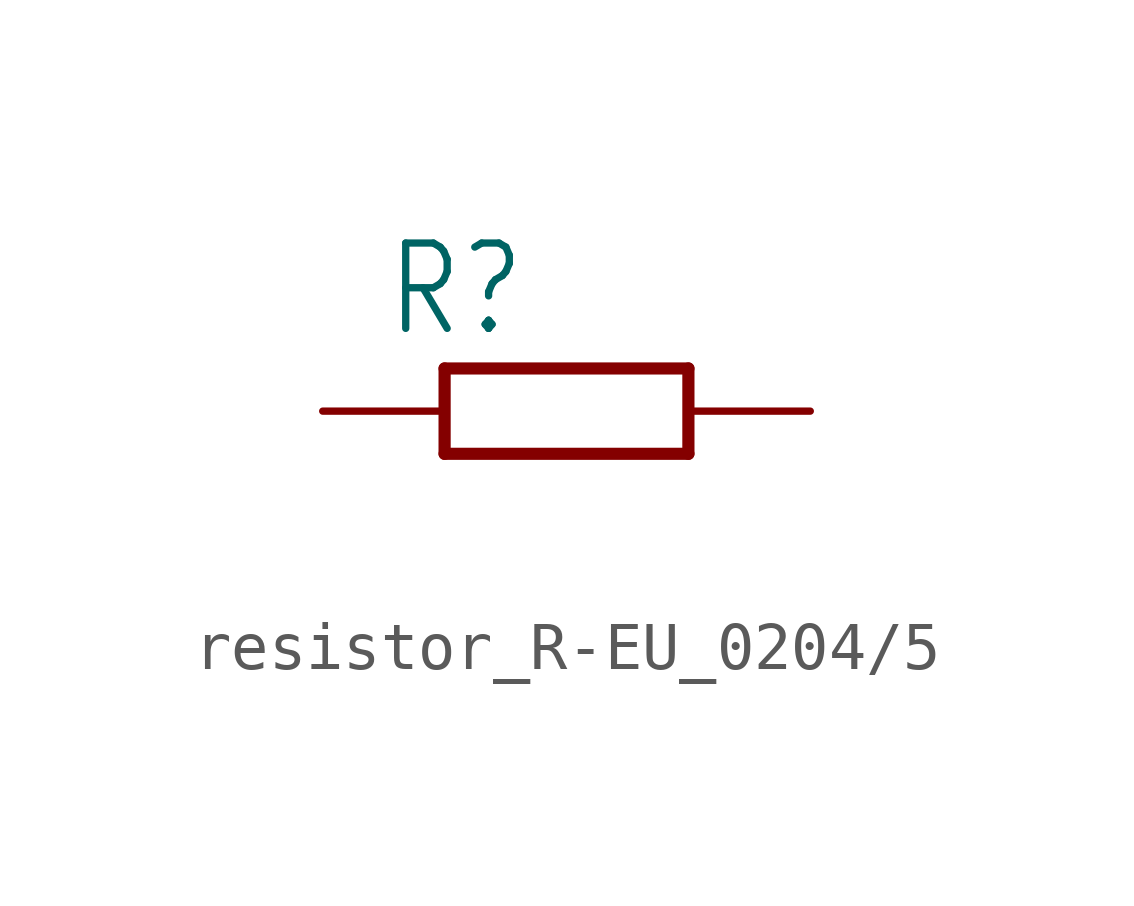
<source format=kicad_sym>
(kicad_symbol_lib
  (version 20220914)
  (generator kicad_symbol_editor)
  (symbol "resistor_R-EU_0204/5"
    (property "Reference" "R"
      (at -3.81 1.499 0)
      (effects (font (size 1.778 1.511)) (justify left bottom)))
    (property "Value" ""
      (at -3.81 -3.302 0)
      (effects (font (size 1.778 1.511)) (justify left bottom)))
    (property "ki_locked" ""
      (at 0 0 0)
      (effects (font (size 1.27 1.27))))
    (symbol "resistor_R-EU_0204/5_1_0"
      (polyline (pts (xy -2.54 -0.889) (xy -2.54 0.889)) (stroke (width 0.254) (type solid)) (fill (type none)))
      (polyline (pts (xy -2.54 -0.889) (xy 2.54 -0.889)) (stroke (width 0.254) (type solid)) (fill (type none)))
      (polyline (pts (xy 2.54 -0.889) (xy 2.54 0.889)) (stroke (width 0.254) (type solid)) (fill (type none)))
      (polyline (pts (xy 2.54 0.889) (xy -2.54 0.889)) (stroke (width 0.254) (type solid)) (fill (type none)))
      (pin passive line (at -5.08 0 0) (length 2.54) (name "1" (effects (font (size 0 0)))) (number "1" (effects (font (size 0 0)))))
      (pin passive line (at 5.08 0 180) (length 2.54) (name "2" (effects (font (size 0 0)))) (number "2" (effects (font (size 0 0))))))))
</source>
